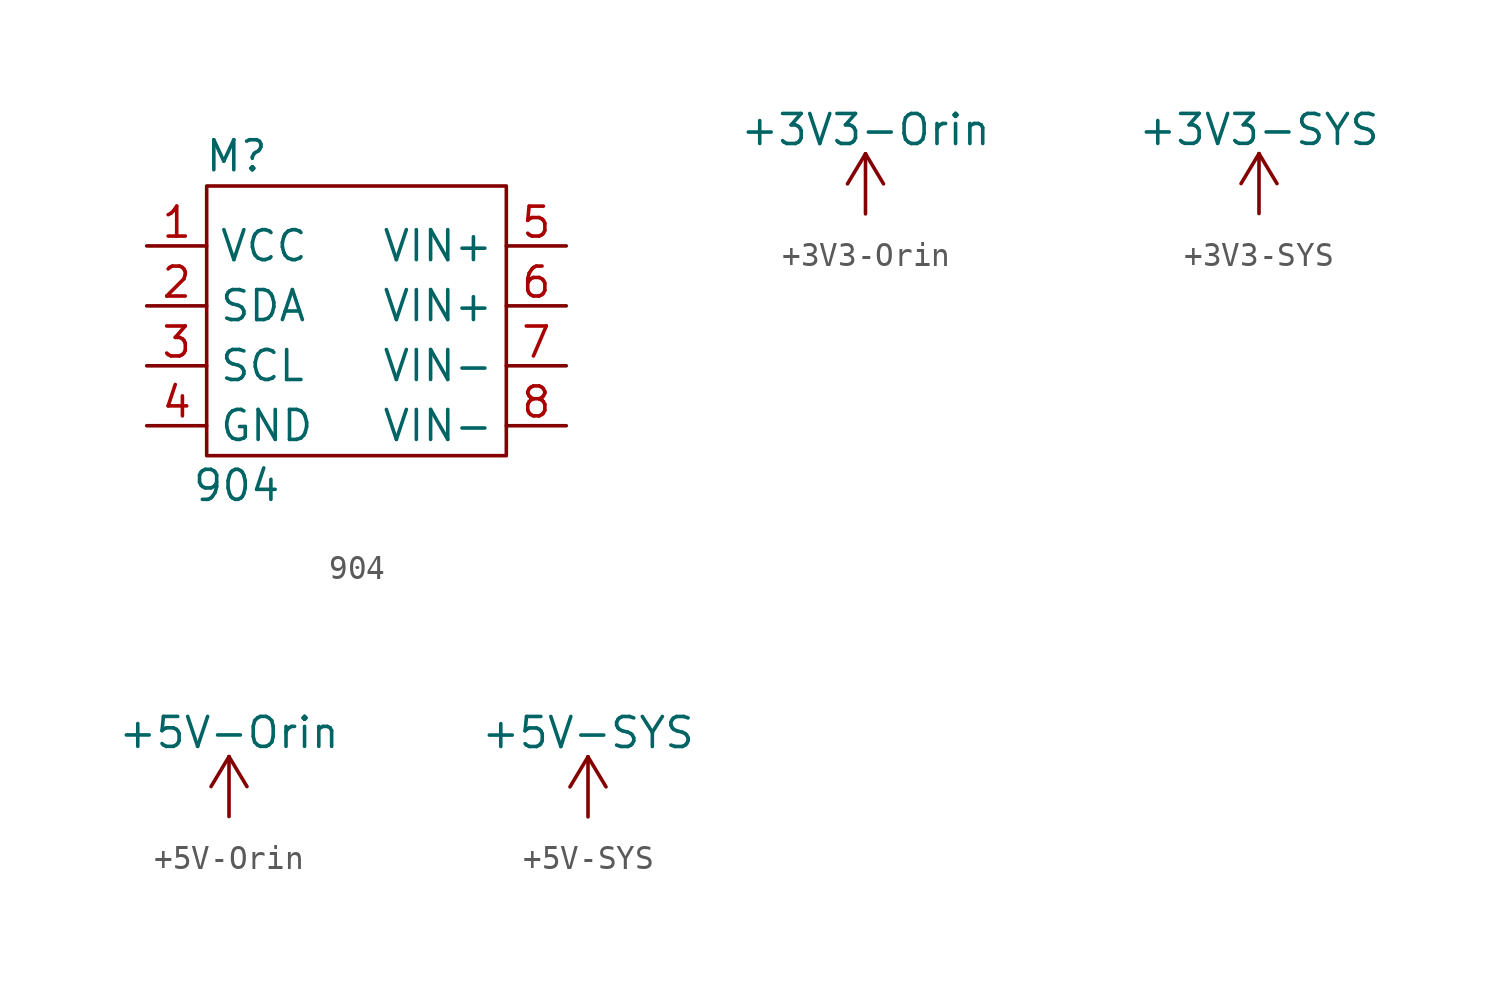
<source format=kicad_sym>
(kicad_symbol_lib
  (version 20220914)
  (generator kicad_symbol_editor)
  (symbol "904"
    (property "Reference" "M"
      (at -5.08 7.62 0)
      (effects (font (size 1.27 1.27))))
    (property "Value" "904"
      (at -5.08 -6.35 0)
      (effects (font (size 1.27 1.27))))
    (symbol "904_0_1"
      (rectangle (start -6.35 6.35) (end 6.35 -5.08) (stroke (width 0) (type default)) (fill (type none))))
    (symbol "904_1_1"
      (pin power_in line (at -8.89 3.81 0) (length 2.54) (name "VCC" (effects (font (size 1.27 1.27)))) (number "1" (effects (font (size 1.27 1.27)))))
      (pin bidirectional line (at -8.89 1.27 0) (length 2.54) (name "SDA" (effects (font (size 1.27 1.27)))) (number "2" (effects (font (size 1.27 1.27)))))
      (pin bidirectional line (at -8.89 -1.27 0) (length 2.54) (name "SCL" (effects (font (size 1.27 1.27)))) (number "3" (effects (font (size 1.27 1.27)))))
      (pin power_out line (at -8.89 -3.81 0) (length 2.54) (name "GND" (effects (font (size 1.27 1.27)))) (number "4" (effects (font (size 1.27 1.27)))))
      (pin power_in line (at 8.89 3.81 180) (length 2.54) (name "VIN+" (effects (font (size 1.27 1.27)))) (number "5" (effects (font (size 1.27 1.27)))))
      (pin power_in line (at 8.89 1.27 180) (length 2.54) (name "VIN+" (effects (font (size 1.27 1.27)))) (number "6" (effects (font (size 1.27 1.27)))))
      (pin power_out line (at 8.89 -1.27 180) (length 2.54) (name "VIN-" (effects (font (size 1.27 1.27)))) (number "7" (effects (font (size 1.27 1.27)))))
      (pin power_out line (at 8.89 -3.81 180) (length 2.54) (name "VIN-" (effects (font (size 1.27 1.27)))) (number "8" (effects (font (size 1.27 1.27)))))))
  (symbol "+3V3-Orin"
    (power)
    (pin_names
      (offset 0))
    (property "Reference" "#PWR"
      (at 0 -3.81 0)
      (effects (font (size 1.27 1.27)) hide))
    (property "Value" "+3V3-Orin"
      (at 0 3.556 0)
      (effects (font (size 1.27 1.27))))
    (symbol "+3V3-Orin_0_1"
      (polyline (pts (xy -0.762 1.27) (xy 0 2.54)) (stroke (width 0) (type default)) (fill (type none)))
      (polyline (pts (xy 0 0) (xy 0 2.54)) (stroke (width 0) (type default)) (fill (type none)))
      (polyline (pts (xy 0 2.54) (xy 0.762 1.27)) (stroke (width 0) (type default)) (fill (type none))))
    (symbol "+3V3-Orin_1_1"
      (pin power_in line (at 0 0 90) (length 0) hide (name "+3V3-Orin" (effects (font (size 1.27 1.27)))) (number "1" (effects (font (size 1.27 1.27)))))))
  (symbol "+3V3-SYS"
    (power)
    (pin_names
      (offset 0))
    (property "Reference" "#PWR"
      (at 0 -3.81 0)
      (effects (font (size 1.27 1.27)) hide))
    (property "Value" "+3V3-SYS"
      (at 0 3.556 0)
      (effects (font (size 1.27 1.27))))
    (symbol "+3V3-SYS_0_1"
      (polyline (pts (xy -0.762 1.27) (xy 0 2.54)) (stroke (width 0) (type default)) (fill (type none)))
      (polyline (pts (xy 0 0) (xy 0 2.54)) (stroke (width 0) (type default)) (fill (type none)))
      (polyline (pts (xy 0 2.54) (xy 0.762 1.27)) (stroke (width 0) (type default)) (fill (type none))))
    (symbol "+3V3-SYS_1_1"
      (pin power_in line (at 0 0 90) (length 0) hide (name "+3V3-SYS" (effects (font (size 1.27 1.27)))) (number "1" (effects (font (size 1.27 1.27)))))))
  (symbol "+5V-Orin"
    (power)
    (pin_names
      (offset 0))
    (property "Reference" "#PWR"
      (at 0 -3.81 0)
      (effects (font (size 1.27 1.27)) hide))
    (property "Value" "+5V-Orin"
      (at 0 3.556 0)
      (effects (font (size 1.27 1.27))))
    (symbol "+5V-Orin_0_1"
      (polyline (pts (xy -0.762 1.27) (xy 0 2.54)) (stroke (width 0) (type default)) (fill (type none)))
      (polyline (pts (xy 0 0) (xy 0 2.54)) (stroke (width 0) (type default)) (fill (type none)))
      (polyline (pts (xy 0 2.54) (xy 0.762 1.27)) (stroke (width 0) (type default)) (fill (type none))))
    (symbol "+5V-Orin_1_1"
      (pin power_in line (at 0 0 90) (length 0) hide (name "+5V-Orin" (effects (font (size 1.27 1.27)))) (number "1" (effects (font (size 1.27 1.27)))))))
  (symbol "+5V-SYS"
    (power)
    (pin_names
      (offset 0))
    (property "Reference" "#PWR"
      (at 0 -3.81 0)
      (effects (font (size 1.27 1.27)) hide))
    (property "Value" "+5V-SYS"
      (at 0 3.556 0)
      (effects (font (size 1.27 1.27))))
    (symbol "+5V-SYS_0_1"
      (polyline (pts (xy -0.762 1.27) (xy 0 2.54)) (stroke (width 0) (type default)) (fill (type none)))
      (polyline (pts (xy 0 0) (xy 0 2.54)) (stroke (width 0) (type default)) (fill (type none)))
      (polyline (pts (xy 0 2.54) (xy 0.762 1.27)) (stroke (width 0) (type default)) (fill (type none))))
    (symbol "+5V-SYS_1_1"
      (pin power_in line (at 0 0 90) (length 0) hide (name "+5V-SYS" (effects (font (size 1.27 1.27)))) (number "1" (effects (font (size 1.27 1.27))))))))
</source>
